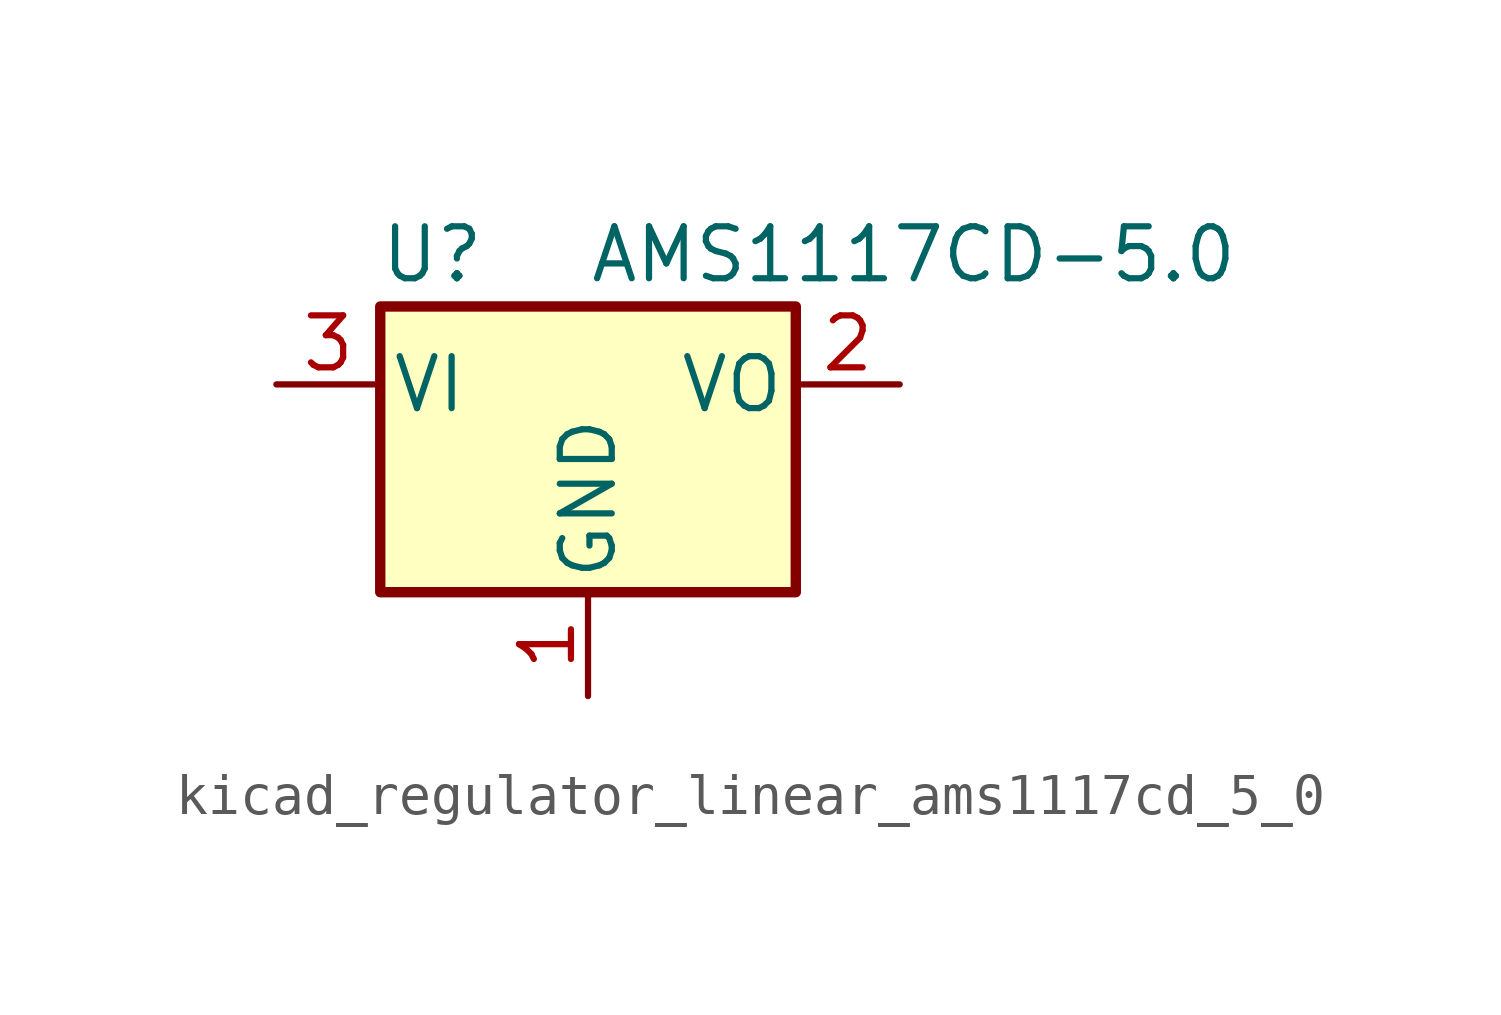
<source format=kicad_sym>
(kicad_symbol_lib
  (version 20220914)
  (generator kicad_symbol_editor)
  (symbol "kicad_regulator_linear_ams1117cd_5_0"
    (pin_names
      (offset 0.254))
    (property "Reference" "U"
      (at -3.81 3.175 0)
      (effects (font (size 1.27 1.27))))
    (property "Value" "AMS1117CD-5.0"
      (at 0 3.175 0)
      (effects (font (size 1.27 1.27)) (justify left)))
    (symbol "kicad_regulator_linear_ams1117cd_5_0_0_1"
      (rectangle (start -5.08 -5.08) (end 5.08 1.905) (stroke (width 0.254) (type default)) (fill (type background))))
    (symbol "kicad_regulator_linear_ams1117cd_5_0_1_1"
      (pin power_in line (at 0 -7.62 90) (length 2.54) (name "GND" (effects (font (size 1.27 1.27)))) (number "1" (effects (font (size 1.27 1.27)))))
      (pin power_out line (at 7.62 0 180) (length 2.54) (name "VO" (effects (font (size 1.27 1.27)))) (number "2" (effects (font (size 1.27 1.27)))))
      (pin power_in line (at -7.62 0 0) (length 2.54) (name "VI" (effects (font (size 1.27 1.27)))) (number "3" (effects (font (size 1.27 1.27))))))))
</source>
